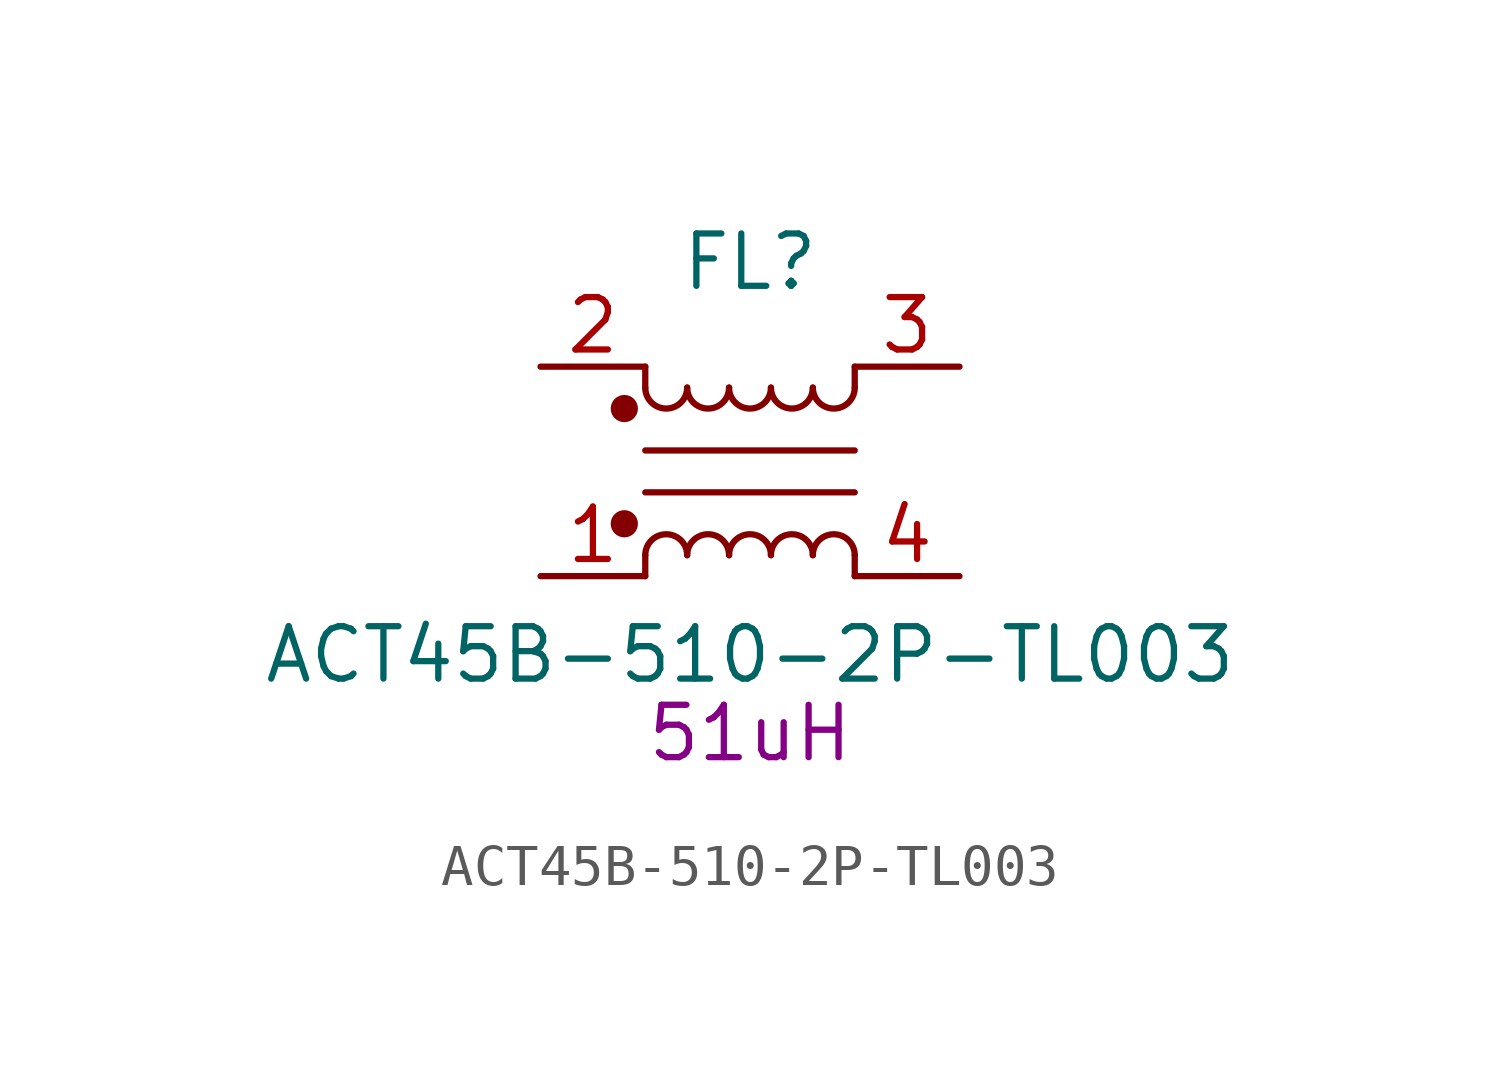
<source format=kicad_sym>
(kicad_symbol_lib
  (version 20220914)
  (generator kicad_symbol_editor)
  (symbol "ACT45B-510-2P-TL003"
    (pin_names hide)
    (property "Reference" "FL"
      (at 0 5.08 0)
      (effects (font (size 1.27 1.27))))
    (property "Value" "ACT45B-510-2P-TL003"
      (at 0 -4.445 0)
      (effects (font (size 1.27 1.27))))
    (property "Inductance" "51uH"
      (at 0 -6.35 0)
      (effects (font (size 1.27 1.27))))
    (symbol "ACT45B-510-2P-TL003_0_1"
      (circle (center -3.048 -1.27) (radius 0.254) (stroke (width 0) (type default)) (fill (type outline)))
      (circle (center -3.048 1.524) (radius 0.254) (stroke (width 0) (type default)) (fill (type outline)))
      (arc (start -2.54 2.032) (mid -2.032 1.5262) (end -1.524 2.032) (stroke (width 0) (type default)) (fill (type none)))
      (arc (start -1.524 -2.032) (mid -2.032 -1.5262) (end -2.54 -2.032) (stroke (width 0) (type default)) (fill (type none)))
      (arc (start -1.524 2.032) (mid -1.016 1.5262) (end -0.508 2.032) (stroke (width 0) (type default)) (fill (type none)))
      (arc (start -0.508 -2.032) (mid -1.016 -1.5262) (end -1.524 -2.032) (stroke (width 0) (type default)) (fill (type none)))
      (arc (start -0.508 2.032) (mid 0 1.5262) (end 0.508 2.032) (stroke (width 0) (type default)) (fill (type none)))
      (polyline (pts (xy -2.54 -2.032) (xy -2.54 -2.54)) (stroke (width 0) (type default)) (fill (type none)))
      (polyline (pts (xy -2.54 0.508) (xy 2.54 0.508)) (stroke (width 0) (type default)) (fill (type none)))
      (polyline (pts (xy -2.54 2.032) (xy -2.54 2.54)) (stroke (width 0) (type default)) (fill (type none)))
      (polyline (pts (xy 2.54 -2.032) (xy 2.54 -2.54)) (stroke (width 0) (type default)) (fill (type none)))
      (polyline (pts (xy 2.54 -0.508) (xy -2.54 -0.508)) (stroke (width 0) (type default)) (fill (type none)))
      (polyline (pts (xy 2.54 2.54) (xy 2.54 2.032)) (stroke (width 0) (type default)) (fill (type none)))
      (arc (start 0.508 -2.032) (mid 0 -1.5262) (end -0.508 -2.032) (stroke (width 0) (type default)) (fill (type none)))
      (arc (start 0.508 2.032) (mid 1.016 1.5262) (end 1.524 2.032) (stroke (width 0) (type default)) (fill (type none)))
      (arc (start 1.524 -2.032) (mid 1.016 -1.5262) (end 0.508 -2.032) (stroke (width 0) (type default)) (fill (type none)))
      (arc (start 1.524 2.032) (mid 2.032 1.5262) (end 2.54 2.032) (stroke (width 0) (type default)) (fill (type none)))
      (arc (start 2.54 -2.032) (mid 2.032 -1.5262) (end 1.524 -2.032) (stroke (width 0) (type default)) (fill (type none))))
    (symbol "ACT45B-510-2P-TL003_1_1"
      (pin passive line (at -5.08 -2.54 0) (length 2.54) (name "1" (effects (font (size 1.27 1.27)))) (number "1" (effects (font (size 1.27 1.27)))))
      (pin passive line (at -5.08 2.54 0) (length 2.54) (name "2" (effects (font (size 1.27 1.27)))) (number "2" (effects (font (size 1.27 1.27)))))
      (pin passive line (at 5.08 2.54 180) (length 2.54) (name "3" (effects (font (size 1.27 1.27)))) (number "3" (effects (font (size 1.27 1.27)))))
      (pin passive line (at 5.08 -2.54 180) (length 2.54) (name "4" (effects (font (size 1.27 1.27)))) (number "4" (effects (font (size 1.27 1.27))))))))
</source>
